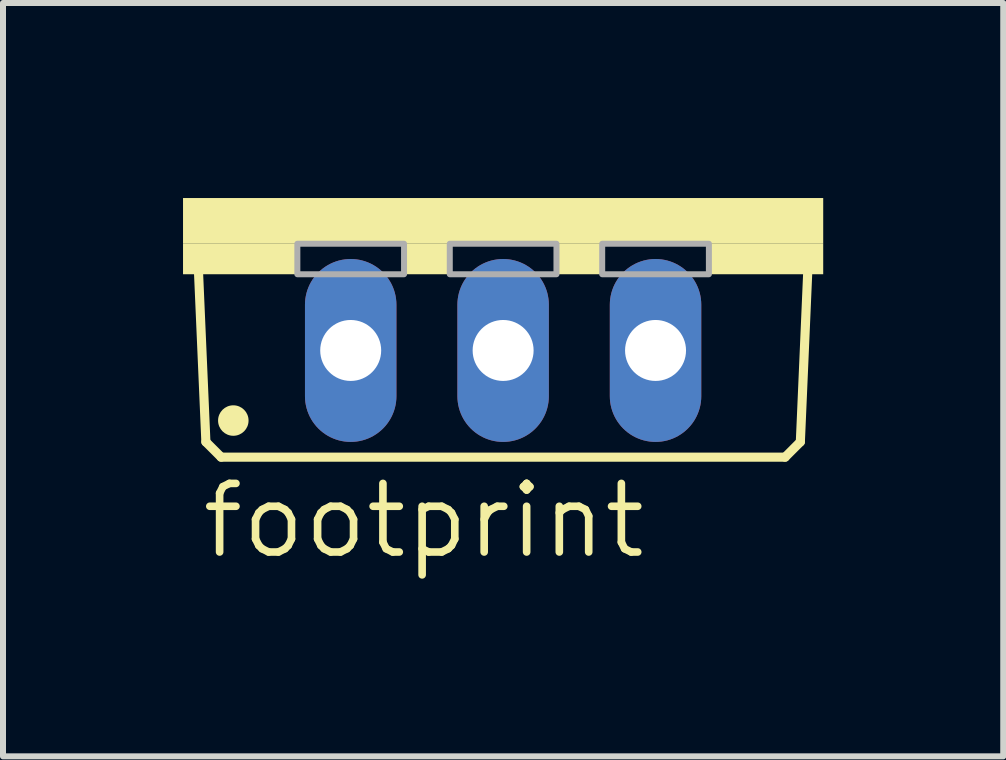
<source format=kicad_pcb>
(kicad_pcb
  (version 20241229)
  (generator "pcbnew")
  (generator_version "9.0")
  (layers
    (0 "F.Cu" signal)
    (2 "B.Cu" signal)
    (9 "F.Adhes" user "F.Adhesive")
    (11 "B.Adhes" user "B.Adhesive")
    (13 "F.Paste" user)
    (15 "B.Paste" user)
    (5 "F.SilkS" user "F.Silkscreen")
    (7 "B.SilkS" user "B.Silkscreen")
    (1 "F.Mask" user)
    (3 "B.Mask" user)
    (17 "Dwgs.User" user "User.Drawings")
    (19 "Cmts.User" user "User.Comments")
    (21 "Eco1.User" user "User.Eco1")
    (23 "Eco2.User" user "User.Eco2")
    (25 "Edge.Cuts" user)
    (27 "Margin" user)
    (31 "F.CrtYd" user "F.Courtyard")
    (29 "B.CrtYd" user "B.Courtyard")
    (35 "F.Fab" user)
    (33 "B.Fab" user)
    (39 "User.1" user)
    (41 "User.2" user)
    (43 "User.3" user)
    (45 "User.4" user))
  (footprint "footprint"
    (layer "F.Cu")
    (at 5.334 0.25)
    (property "Reference" "footprint" (at -5.08 6.045 0) (layer "F.SilkS") (effects (font (size 1.143 1.143) (thickness 0.127)) (justify left bottom)))
    (fp_line (start -4.953 4.064) (end -5.08 1.143) (stroke (width 0.152) (type solid)) (layer "F.SilkS"))
    (fp_line (start -4.953 4.064) (end -4.699 4.318) (stroke (width 0.152) (type solid)) (layer "F.SilkS"))
    (fp_line (start 4.699 4.318) (end -4.699 4.318) (stroke (width 0.152) (type solid)) (layer "F.SilkS"))
    (fp_line (start 4.699 4.318) (end 4.953 4.064) (stroke (width 0.152) (type solid)) (layer "F.SilkS"))
    (fp_line (start 5.08 1.143) (end 4.953 4.064) (stroke (width 0.152) (type solid)) (layer "F.SilkS"))
    (fp_circle (center -4.496 3.708) (end -4.369 3.708) (stroke (width 0.254) (type solid)) (fill yes) (layer "F.SilkS"))
    (fp_poly (pts (xy -5.334 0.762) (xy 5.334 0.762) (xy 5.334 0) (xy -5.334 0)) (stroke (width 0) (type solid)) (fill yes) (layer "F.SilkS"))
    (fp_poly (pts (xy -5.334 1.27) (xy -3.429 1.27) (xy -3.429 0.762) (xy -5.334 0.762)) (stroke (width 0) (type solid)) (fill yes) (layer "F.SilkS"))
    (fp_poly (pts (xy -1.651 1.27) (xy -0.889 1.27) (xy -0.889 0.762) (xy -1.651 0.762)) (stroke (width 0) (type solid)) (fill yes) (layer "F.SilkS"))
    (fp_poly (pts (xy 0.889 1.27) (xy 1.651 1.27) (xy 1.651 0.762) (xy 0.889 0.762)) (stroke (width 0) (type solid)) (fill yes) (layer "F.SilkS"))
    (fp_poly (pts (xy 3.429 1.27) (xy 5.334 1.27) (xy 5.334 0.762) (xy 3.429 0.762)) (stroke (width 0) (type solid)) (fill yes) (layer "F.SilkS"))
    (fp_poly (pts (xy -3.429 1.27) (xy -1.651 1.27) (xy -1.651 0.762) (xy -3.429 0.762)) (stroke (width 0.1) (type solid)) (fill no) (layer "F.Fab"))
    (fp_poly (pts (xy -0.889 1.27) (xy 0.889 1.27) (xy 0.889 0.762) (xy -0.889 0.762)) (stroke (width 0.1) (type solid)) (fill no) (layer "F.Fab"))
    (fp_poly (pts (xy 1.651 1.27) (xy 3.429 1.27) (xy 3.429 0.762) (xy 1.651 0.762)) (stroke (width 0.1) (type solid)) (fill no) (layer "F.Fab"))
    (pad "T1" thru_hole oval (at -2.54 2.54 90) (size 3.048 1.524) (drill 1.016) (layers "*.Cu" "*.Mask"))
    (pad "T2" thru_hole oval (at 0 2.54 90) (size 3.048 1.524) (drill 1.016) (layers "*.Cu" "*.Mask"))
    (pad "T3" thru_hole oval (at 2.54 2.54 90) (size 3.048 1.524) (drill 1.016) (layers "*.Cu" "*.Mask")))
  (gr_rect
    (start -3 -3)
    (end 13.668 9.554)
    (stroke (width 0.1) (type default))
    (fill no)
    (layer "Edge.Cuts")))
</source>
